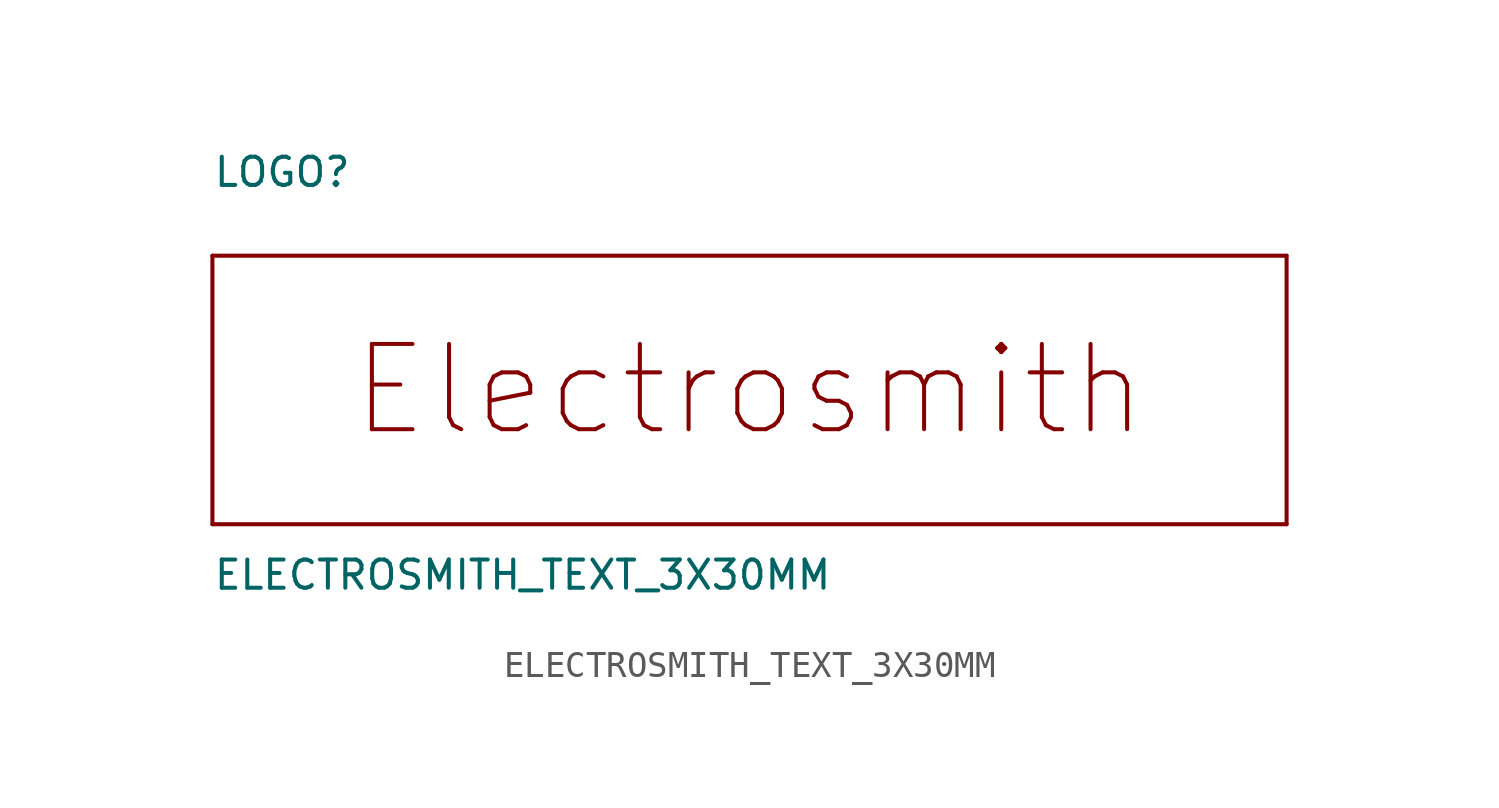
<source format=kicad_sym>
(kicad_symbol_lib
  (version 20211014)
  (generator kicad_symbol_editor)
  (symbol "ELECTROSMITH_TEXT_3X30MM"
    (pin_names
      (offset 1.016))
    (property "Reference" "LOGO"
      (at -20.32 7.62 0)
      (effects (font (size 1.067 1.067)) (justify left bottom)))
    (property "Value" "ELECTROSMITH_TEXT_3X30MM"
      (at -20.32 -7.62 0)
      (effects (font (size 1.067 1.067)) (justify left bottom)))
    (property "ki_locked" ""
      (at 0 0 0)
      (effects (font (size 1.27 1.27))))
    (symbol "ELECTROSMITH_TEXT_3X30MM_1_0"
      (polyline (pts (xy -20.32 -5.08) (xy -20.32 5.08)) (stroke (width 0) (type default) (color 0 0 0 0)) (fill (type none)))
      (polyline (pts (xy -20.32 5.08) (xy 20.32 5.08)) (stroke (width 0) (type default) (color 0 0 0 0)) (fill (type none)))
      (polyline (pts (xy 20.32 -5.08) (xy -20.32 -5.08)) (stroke (width 0) (type default) (color 0 0 0 0)) (fill (type none)))
      (polyline (pts (xy 20.32 5.08) (xy 20.32 -5.08)) (stroke (width 0) (type default) (color 0 0 0 0)) (fill (type none)))
      (text "Electrosmith" (at 0 0 0) (effects (font (size 3.226 3.226)))))))
</source>
